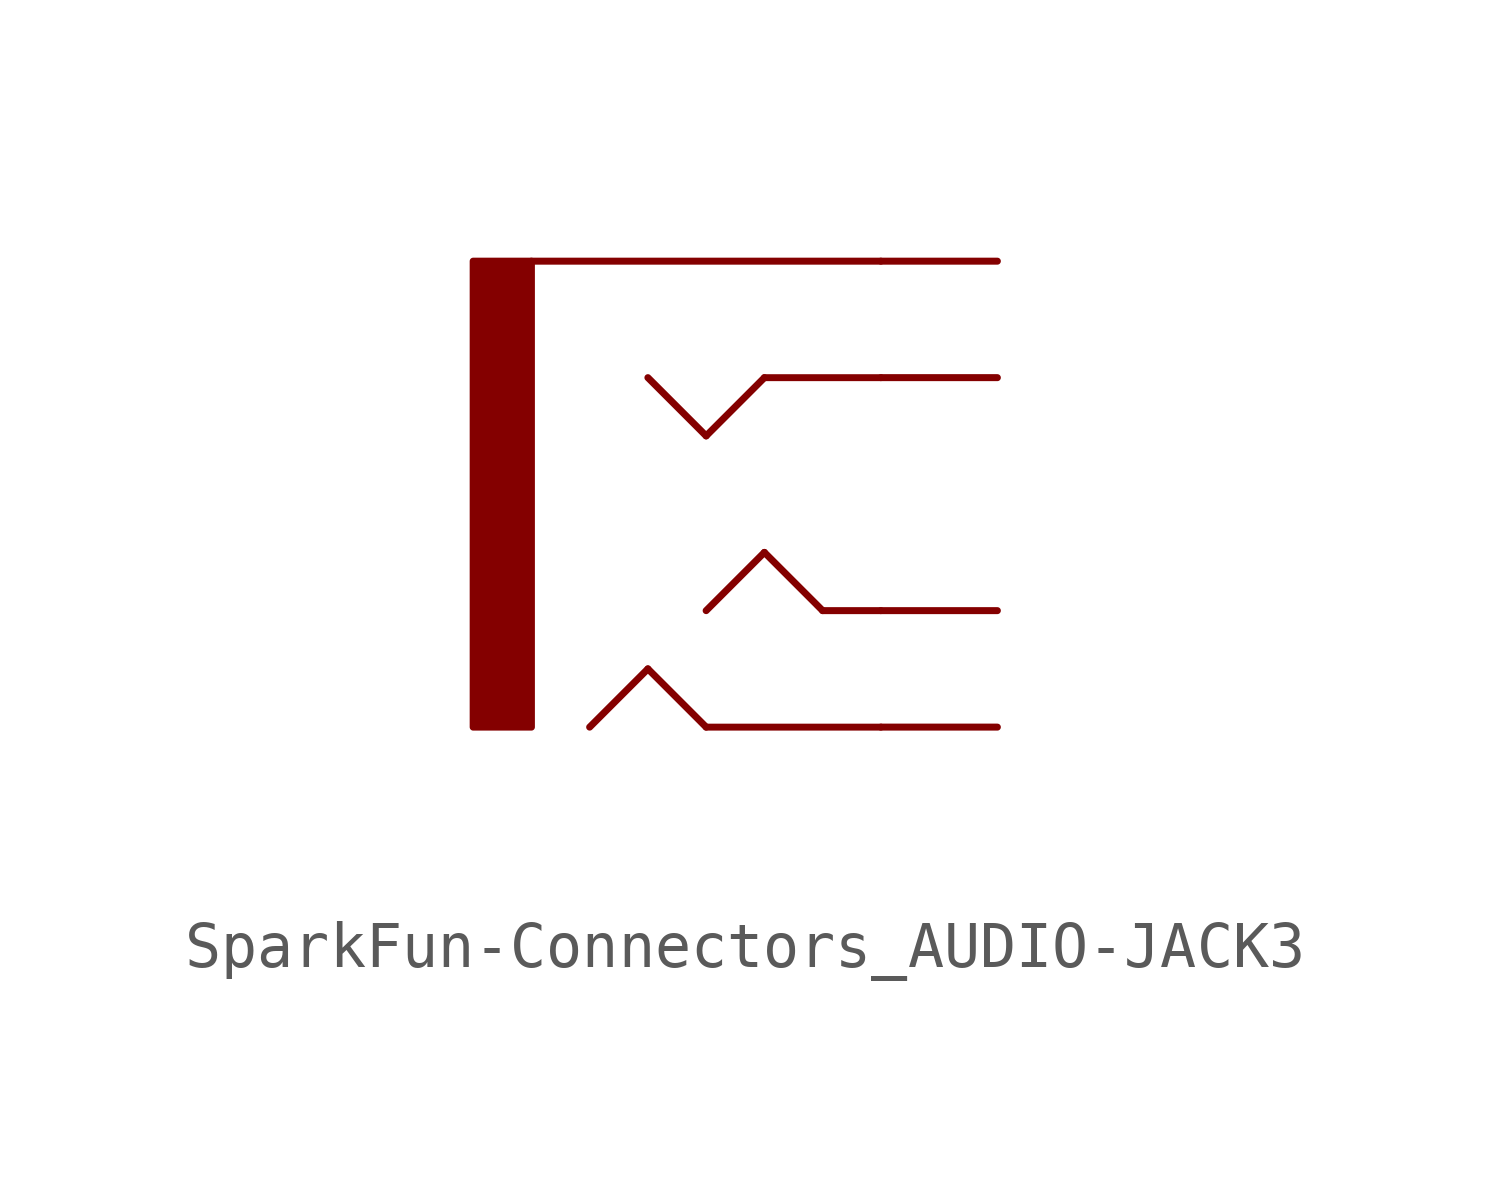
<source format=kicad_sym>
(kicad_symbol_lib
  (version 20231120)
  (generator "kicad_symbol_editor")
  (generator_version "8.0")
  (symbol "SparkFun-Connectors_AUDIO-JACK3"
    (property "Reference" ""
      (at -5.08 5.588 0)
      (effects (font (size 1.778 1.511)) (justify left bottom) (hide yes)))
    (property "Value" ""
      (at -5.08 -7.62 0)
      (effects (font (size 1.778 1.511)) (justify left bottom)))
    (property "ki_locked" ""
      (at 0 0 0)
      (effects (font (size 1.27 1.27))))
    (symbol "SparkFun-Connectors_AUDIO-JACK3_1_0"
      (rectangle (start -6.35 -5.08) (end -5.08 5.08) (stroke (width 0) (type default)) (fill (type outline)))
      (polyline (pts (xy -3.81 -5.08) (xy -2.54 -3.81)) (stroke (width 0.152) (type solid)) (fill (type none)))
      (polyline (pts (xy -2.54 -3.81) (xy -1.27 -5.08)) (stroke (width 0.152) (type solid)) (fill (type none)))
      (polyline (pts (xy -1.27 -5.08) (xy 2.54 -5.08)) (stroke (width 0.152) (type solid)) (fill (type none)))
      (polyline (pts (xy -1.27 -2.54) (xy 0 -1.27)) (stroke (width 0.152) (type solid)) (fill (type none)))
      (polyline (pts (xy -1.27 1.27) (xy -2.54 2.54)) (stroke (width 0.152) (type solid)) (fill (type none)))
      (polyline (pts (xy 0 -1.27) (xy 1.27 -2.54)) (stroke (width 0.152) (type solid)) (fill (type none)))
      (polyline (pts (xy 0 2.54) (xy -1.27 1.27)) (stroke (width 0.152) (type solid)) (fill (type none)))
      (polyline (pts (xy 1.27 -2.54) (xy 2.54 -2.54)) (stroke (width 0.152) (type solid)) (fill (type none)))
      (polyline (pts (xy 2.54 2.54) (xy 0 2.54)) (stroke (width 0.152) (type solid)) (fill (type none)))
      (polyline (pts (xy 2.54 5.08) (xy -5.08 5.08)) (stroke (width 0.152) (type solid)) (fill (type none)))
      (pin bidirectional line (at 5.08 5.08 180) (length 2.54) (name "EARTH" (effects (font (size 0 0)))) (number "EARTH" (effects (font (size 0 0)))))
      (pin bidirectional line (at 5.08 2.54 180) (length 2.54) (name "RING1" (effects (font (size 0 0)))) (number "RING1" (effects (font (size 0 0)))))
      (pin bidirectional line (at 5.08 -5.08 180) (length 2.54) (name "RING2" (effects (font (size 0 0)))) (number "RING2" (effects (font (size 0 0)))))
      (pin bidirectional line (at 5.08 -2.54 180) (length 2.54) (name "TIP" (effects (font (size 0 0)))) (number "TIP" (effects (font (size 0 0))))))))
</source>
